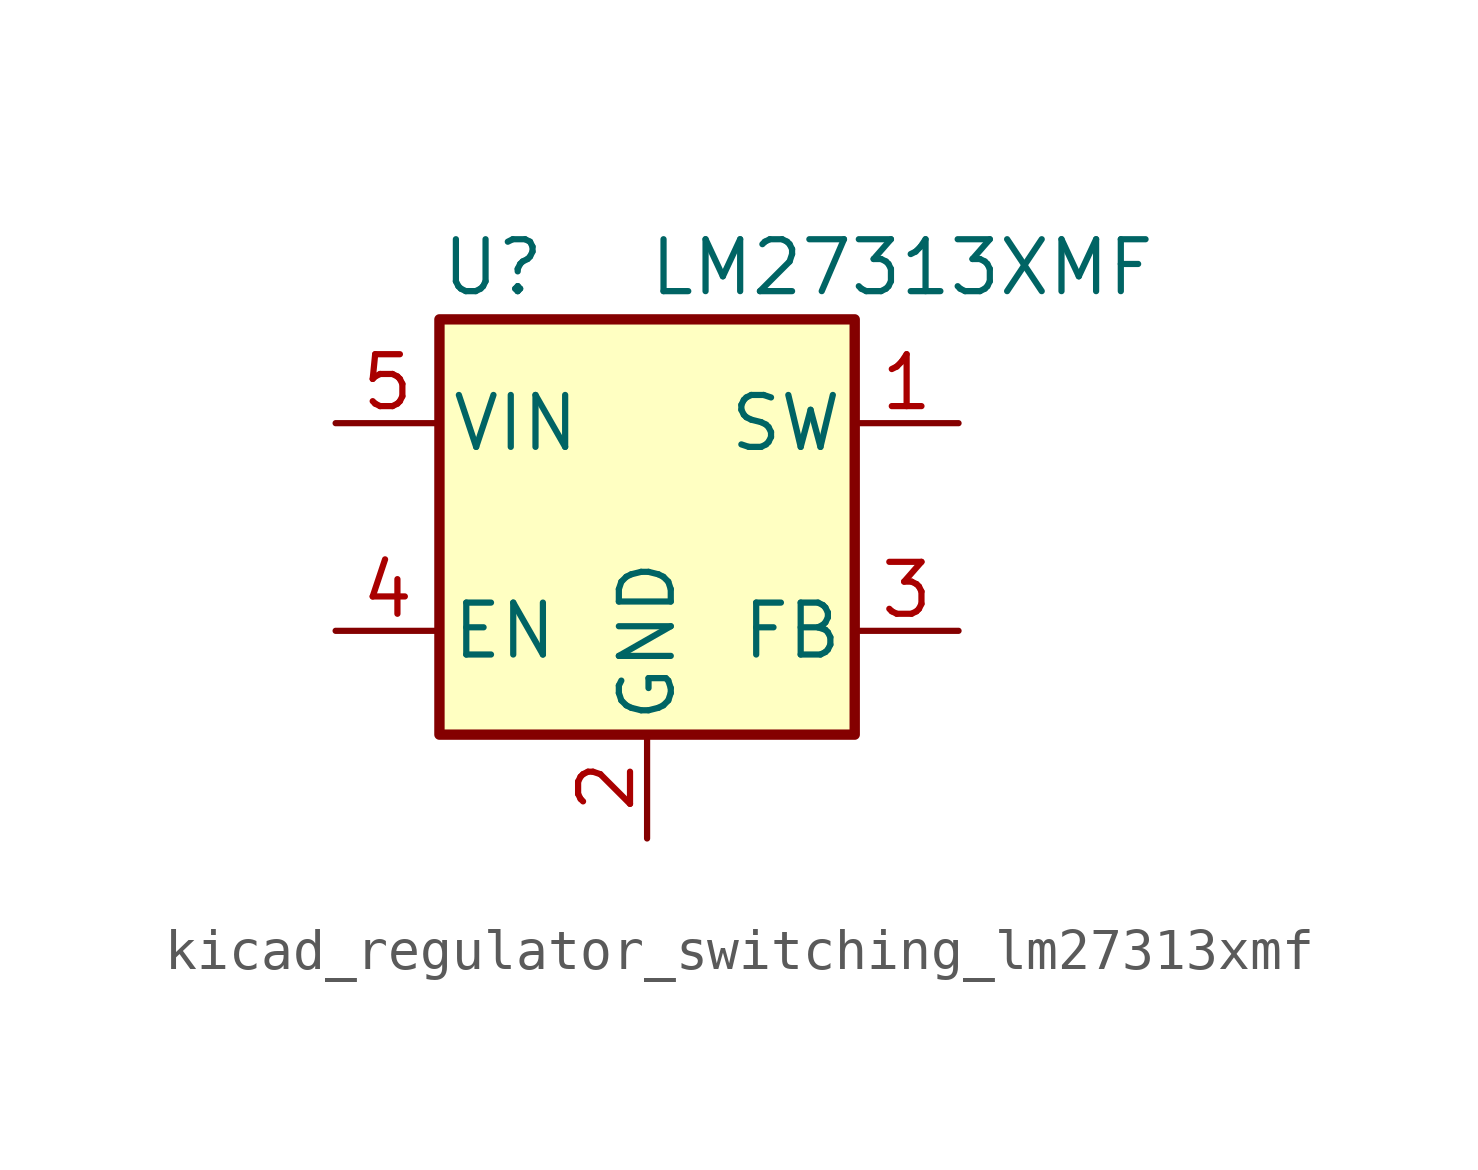
<source format=kicad_sym>
(kicad_symbol_lib
  (version 20220914)
  (generator kicad_symbol_editor)
  (symbol "kicad_regulator_switching_lm27313xmf"
    (pin_names
      (offset 0.254))
    (property "Reference" "U"
      (at -5.08 6.35 0)
      (effects (font (size 1.27 1.27)) (justify left)))
    (property "Value" "LM27313XMF"
      (at 0 6.35 0)
      (effects (font (size 1.27 1.27)) (justify left)))
    (symbol "kicad_regulator_switching_lm27313xmf_0_1"
      (rectangle (start -5.08 5.08) (end 5.08 -5.08) (stroke (width 0.254) (type default)) (fill (type background))))
    (symbol "kicad_regulator_switching_lm27313xmf_1_1"
      (pin output line (at 7.62 2.54 180) (length 2.54) (name "SW" (effects (font (size 1.27 1.27)))) (number "1" (effects (font (size 1.27 1.27)))))
      (pin power_in line (at 0 -7.62 90) (length 2.54) (name "GND" (effects (font (size 1.27 1.27)))) (number "2" (effects (font (size 1.27 1.27)))))
      (pin input line (at 7.62 -2.54 180) (length 2.54) (name "FB" (effects (font (size 1.27 1.27)))) (number "3" (effects (font (size 1.27 1.27)))))
      (pin input line (at -7.62 -2.54 0) (length 2.54) (name "EN" (effects (font (size 1.27 1.27)))) (number "4" (effects (font (size 1.27 1.27)))))
      (pin input line (at -7.62 2.54 0) (length 2.54) (name "VIN" (effects (font (size 1.27 1.27)))) (number "5" (effects (font (size 1.27 1.27))))))))
</source>
